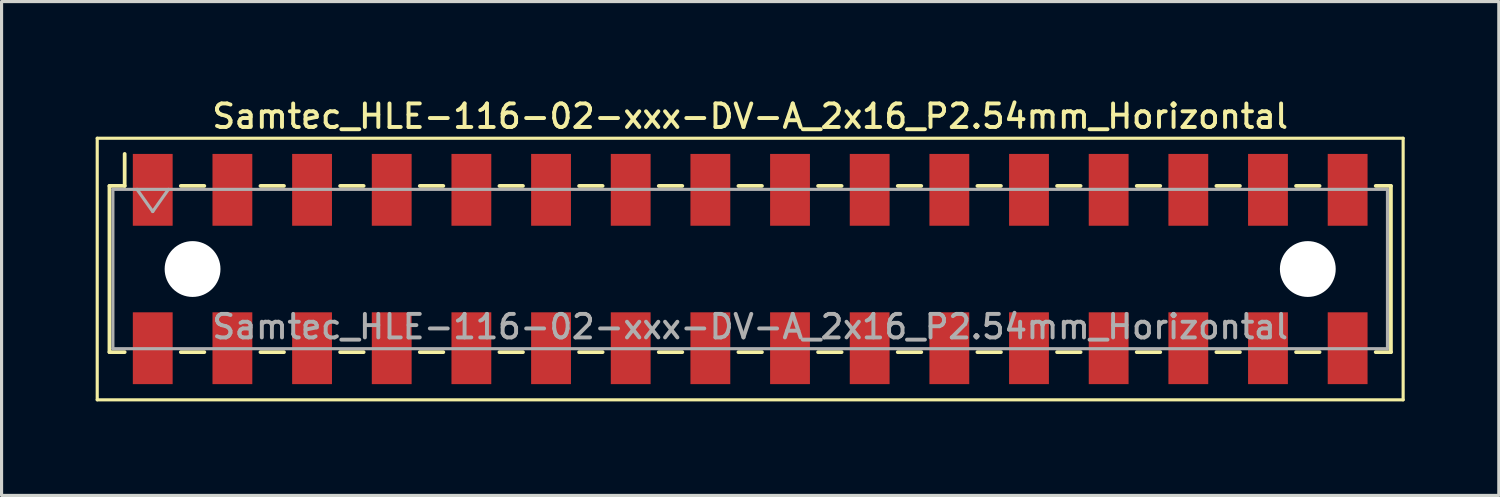
<source format=kicad_pcb>
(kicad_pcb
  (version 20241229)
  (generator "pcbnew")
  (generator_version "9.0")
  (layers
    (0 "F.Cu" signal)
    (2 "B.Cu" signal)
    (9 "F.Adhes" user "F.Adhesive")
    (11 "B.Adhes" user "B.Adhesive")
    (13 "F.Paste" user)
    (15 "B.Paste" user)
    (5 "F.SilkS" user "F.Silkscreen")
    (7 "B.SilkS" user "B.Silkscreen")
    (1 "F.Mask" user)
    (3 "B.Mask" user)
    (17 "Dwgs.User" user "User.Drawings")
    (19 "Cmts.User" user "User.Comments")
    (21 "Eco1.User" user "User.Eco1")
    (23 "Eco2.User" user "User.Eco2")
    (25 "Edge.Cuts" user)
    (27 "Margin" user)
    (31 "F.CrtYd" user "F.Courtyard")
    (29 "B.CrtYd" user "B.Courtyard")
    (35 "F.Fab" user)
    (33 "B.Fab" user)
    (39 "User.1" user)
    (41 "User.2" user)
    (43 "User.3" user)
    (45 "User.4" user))
  (footprint "Samtec_HLE-116-02-xxx-DV-A_2x16_P2.54mm_Horizontal"
    (layer "F.Cu")
    (at 20.87 5.528)
    (property "Reference" "Samtec_HLE-116-02-xxx-DV-A_2x16_P2.54mm_Horizontal" (at 0 -4.87 0) (layer "F.SilkS") (effects (font (size 0.75 0.75) (thickness 0.125))))
    (attr smd)
    (fp_line (start -20.82 -4.17) (end 20.82 -4.17) (stroke (width 0.1) (type solid)) (layer "F.SilkS"))
    (fp_line (start -20.82 4.17) (end -20.82 -4.17) (stroke (width 0.1) (type solid)) (layer "F.SilkS"))
    (fp_line (start -20.43 -2.65) (end -20.43 2.65) (stroke (width 0.12) (type solid)) (layer "F.SilkS"))
    (fp_line (start -20.43 2.65) (end -19.945 2.65) (stroke (width 0.12) (type solid)) (layer "F.SilkS"))
    (fp_line (start -19.945 -3.67) (end -19.945 -2.65) (stroke (width 0.12) (type solid)) (layer "F.SilkS"))
    (fp_line (start -19.945 -2.65) (end -20.43 -2.65) (stroke (width 0.12) (type solid)) (layer "F.SilkS"))
    (fp_line (start -18.155 -2.65) (end -17.405 -2.65) (stroke (width 0.12) (type solid)) (layer "F.SilkS"))
    (fp_line (start -18.155 2.65) (end -17.405 2.65) (stroke (width 0.12) (type solid)) (layer "F.SilkS"))
    (fp_line (start -15.615 -2.65) (end -14.865 -2.65) (stroke (width 0.12) (type solid)) (layer "F.SilkS"))
    (fp_line (start -15.615 2.65) (end -14.865 2.65) (stroke (width 0.12) (type solid)) (layer "F.SilkS"))
    (fp_line (start -13.075 -2.65) (end -12.325 -2.65) (stroke (width 0.12) (type solid)) (layer "F.SilkS"))
    (fp_line (start -13.075 2.65) (end -12.325 2.65) (stroke (width 0.12) (type solid)) (layer "F.SilkS"))
    (fp_line (start -10.535 -2.65) (end -9.785 -2.65) (stroke (width 0.12) (type solid)) (layer "F.SilkS"))
    (fp_line (start -10.535 2.65) (end -9.785 2.65) (stroke (width 0.12) (type solid)) (layer "F.SilkS"))
    (fp_line (start -7.995 -2.65) (end -7.245 -2.65) (stroke (width 0.12) (type solid)) (layer "F.SilkS"))
    (fp_line (start -7.995 2.65) (end -7.245 2.65) (stroke (width 0.12) (type solid)) (layer "F.SilkS"))
    (fp_line (start -5.455 -2.65) (end -4.705 -2.65) (stroke (width 0.12) (type solid)) (layer "F.SilkS"))
    (fp_line (start -5.455 2.65) (end -4.705 2.65) (stroke (width 0.12) (type solid)) (layer "F.SilkS"))
    (fp_line (start -2.915 -2.65) (end -2.165 -2.65) (stroke (width 0.12) (type solid)) (layer "F.SilkS"))
    (fp_line (start -2.915 2.65) (end -2.165 2.65) (stroke (width 0.12) (type solid)) (layer "F.SilkS"))
    (fp_line (start -0.375 -2.65) (end 0.375 -2.65) (stroke (width 0.12) (type solid)) (layer "F.SilkS"))
    (fp_line (start -0.375 2.65) (end 0.375 2.65) (stroke (width 0.12) (type solid)) (layer "F.SilkS"))
    (fp_line (start 2.165 -2.65) (end 2.915 -2.65) (stroke (width 0.12) (type solid)) (layer "F.SilkS"))
    (fp_line (start 2.165 2.65) (end 2.915 2.65) (stroke (width 0.12) (type solid)) (layer "F.SilkS"))
    (fp_line (start 4.705 -2.65) (end 5.455 -2.65) (stroke (width 0.12) (type solid)) (layer "F.SilkS"))
    (fp_line (start 4.705 2.65) (end 5.455 2.65) (stroke (width 0.12) (type solid)) (layer "F.SilkS"))
    (fp_line (start 7.245 -2.65) (end 7.995 -2.65) (stroke (width 0.12) (type solid)) (layer "F.SilkS"))
    (fp_line (start 7.245 2.65) (end 7.995 2.65) (stroke (width 0.12) (type solid)) (layer "F.SilkS"))
    (fp_line (start 9.785 -2.65) (end 10.535 -2.65) (stroke (width 0.12) (type solid)) (layer "F.SilkS"))
    (fp_line (start 9.785 2.65) (end 10.535 2.65) (stroke (width 0.12) (type solid)) (layer "F.SilkS"))
    (fp_line (start 12.325 -2.65) (end 13.075 -2.65) (stroke (width 0.12) (type solid)) (layer "F.SilkS"))
    (fp_line (start 12.325 2.65) (end 13.075 2.65) (stroke (width 0.12) (type solid)) (layer "F.SilkS"))
    (fp_line (start 14.865 -2.65) (end 15.615 -2.65) (stroke (width 0.12) (type solid)) (layer "F.SilkS"))
    (fp_line (start 14.865 2.65) (end 15.615 2.65) (stroke (width 0.12) (type solid)) (layer "F.SilkS"))
    (fp_line (start 17.405 -2.65) (end 18.155 -2.65) (stroke (width 0.12) (type solid)) (layer "F.SilkS"))
    (fp_line (start 17.405 2.65) (end 18.155 2.65) (stroke (width 0.12) (type solid)) (layer "F.SilkS"))
    (fp_line (start 19.945 -2.65) (end 20.43 -2.65) (stroke (width 0.12) (type solid)) (layer "F.SilkS"))
    (fp_line (start 20.43 -2.65) (end 20.43 2.65) (stroke (width 0.12) (type solid)) (layer "F.SilkS"))
    (fp_line (start 20.43 2.65) (end 19.945 2.65) (stroke (width 0.12) (type solid)) (layer "F.SilkS"))
    (fp_line (start 20.82 -4.17) (end 20.82 4.17) (stroke (width 0.1) (type solid)) (layer "F.SilkS"))
    (fp_line (start 20.82 4.17) (end -20.82 4.17) (stroke (width 0.1) (type solid)) (layer "F.SilkS"))
    (fp_line (start -20.32 -2.54) (end 20.32 -2.54) (stroke (width 0.1) (type solid)) (layer "F.Fab"))
    (fp_line (start -20.32 2.54) (end -20.32 -2.54) (stroke (width 0.1) (type solid)) (layer "F.Fab"))
    (fp_line (start -19.55 -2.54) (end -19.05 -1.833) (stroke (width 0.1) (type solid)) (layer "F.Fab"))
    (fp_line (start -19.05 -1.833) (end -18.55 -2.54) (stroke (width 0.1) (type solid)) (layer "F.Fab"))
    (fp_line (start 20.32 -2.54) (end 20.32 2.54) (stroke (width 0.1) (type solid)) (layer "F.Fab"))
    (fp_line (start 20.32 2.54) (end -20.32 2.54) (stroke (width 0.1) (type solid)) (layer "F.Fab"))
    (fp_text user "${REFERENCE}" (at 0 1.84 0) (layer "F.Fab") (effects (font (size 0.75 0.75) (thickness 0.125))))
    (pad "" np_thru_hole circle (at -17.78 0) (size 1.78 1.78) (drill 1.78) (layers "*.Cu" "*.Mask"))
    (pad "" np_thru_hole circle (at 17.78 0) (size 1.78 1.78) (drill 1.78) (layers "*.Cu" "*.Mask"))
    (pad "1" smd rect (at -19.05 -2.525) (size 1.27 2.29) (layers "F.Cu" "F.Mask" "F.Paste"))
    (pad "2" smd rect (at -19.05 2.525) (size 1.27 2.29) (layers "F.Cu" "F.Mask" "F.Paste"))
    (pad "3" smd rect (at -16.51 -2.525) (size 1.27 2.29) (layers "F.Cu" "F.Mask" "F.Paste"))
    (pad "4" smd rect (at -16.51 2.525) (size 1.27 2.29) (layers "F.Cu" "F.Mask" "F.Paste"))
    (pad "5" smd rect (at -13.97 -2.525) (size 1.27 2.29) (layers "F.Cu" "F.Mask" "F.Paste"))
    (pad "6" smd rect (at -13.97 2.525) (size 1.27 2.29) (layers "F.Cu" "F.Mask" "F.Paste"))
    (pad "7" smd rect (at -11.43 -2.525) (size 1.27 2.29) (layers "F.Cu" "F.Mask" "F.Paste"))
    (pad "8" smd rect (at -11.43 2.525) (size 1.27 2.29) (layers "F.Cu" "F.Mask" "F.Paste"))
    (pad "9" smd rect (at -8.89 -2.525) (size 1.27 2.29) (layers "F.Cu" "F.Mask" "F.Paste"))
    (pad "10" smd rect (at -8.89 2.525) (size 1.27 2.29) (layers "F.Cu" "F.Mask" "F.Paste"))
    (pad "11" smd rect (at -6.35 -2.525) (size 1.27 2.29) (layers "F.Cu" "F.Mask" "F.Paste"))
    (pad "12" smd rect (at -6.35 2.525) (size 1.27 2.29) (layers "F.Cu" "F.Mask" "F.Paste"))
    (pad "13" smd rect (at -3.81 -2.525) (size 1.27 2.29) (layers "F.Cu" "F.Mask" "F.Paste"))
    (pad "14" smd rect (at -3.81 2.525) (size 1.27 2.29) (layers "F.Cu" "F.Mask" "F.Paste"))
    (pad "15" smd rect (at -1.27 -2.525) (size 1.27 2.29) (layers "F.Cu" "F.Mask" "F.Paste"))
    (pad "16" smd rect (at -1.27 2.525) (size 1.27 2.29) (layers "F.Cu" "F.Mask" "F.Paste"))
    (pad "17" smd rect (at 1.27 -2.525) (size 1.27 2.29) (layers "F.Cu" "F.Mask" "F.Paste"))
    (pad "18" smd rect (at 1.27 2.525) (size 1.27 2.29) (layers "F.Cu" "F.Mask" "F.Paste"))
    (pad "19" smd rect (at 3.81 -2.525) (size 1.27 2.29) (layers "F.Cu" "F.Mask" "F.Paste"))
    (pad "20" smd rect (at 3.81 2.525) (size 1.27 2.29) (layers "F.Cu" "F.Mask" "F.Paste"))
    (pad "21" smd rect (at 6.35 -2.525) (size 1.27 2.29) (layers "F.Cu" "F.Mask" "F.Paste"))
    (pad "22" smd rect (at 6.35 2.525) (size 1.27 2.29) (layers "F.Cu" "F.Mask" "F.Paste"))
    (pad "23" smd rect (at 8.89 -2.525) (size 1.27 2.29) (layers "F.Cu" "F.Mask" "F.Paste"))
    (pad "24" smd rect (at 8.89 2.525) (size 1.27 2.29) (layers "F.Cu" "F.Mask" "F.Paste"))
    (pad "25" smd rect (at 11.43 -2.525) (size 1.27 2.29) (layers "F.Cu" "F.Mask" "F.Paste"))
    (pad "26" smd rect (at 11.43 2.525) (size 1.27 2.29) (layers "F.Cu" "F.Mask" "F.Paste"))
    (pad "27" smd rect (at 13.97 -2.525) (size 1.27 2.29) (layers "F.Cu" "F.Mask" "F.Paste"))
    (pad "28" smd rect (at 13.97 2.525) (size 1.27 2.29) (layers "F.Cu" "F.Mask" "F.Paste"))
    (pad "29" smd rect (at 16.51 -2.525) (size 1.27 2.29) (layers "F.Cu" "F.Mask" "F.Paste"))
    (pad "30" smd rect (at 16.51 2.525) (size 1.27 2.29) (layers "F.Cu" "F.Mask" "F.Paste"))
    (pad "31" smd rect (at 19.05 -2.525) (size 1.27 2.29) (layers "F.Cu" "F.Mask" "F.Paste"))
    (pad "32" smd rect (at 19.05 2.525) (size 1.27 2.29) (layers "F.Cu" "F.Mask" "F.Paste")))
  (gr_rect
    (start -3 -3)
    (end 44.74 12.748)
    (stroke (width 0.1) (type default))
    (fill no)
    (layer "Edge.Cuts")))
</source>
